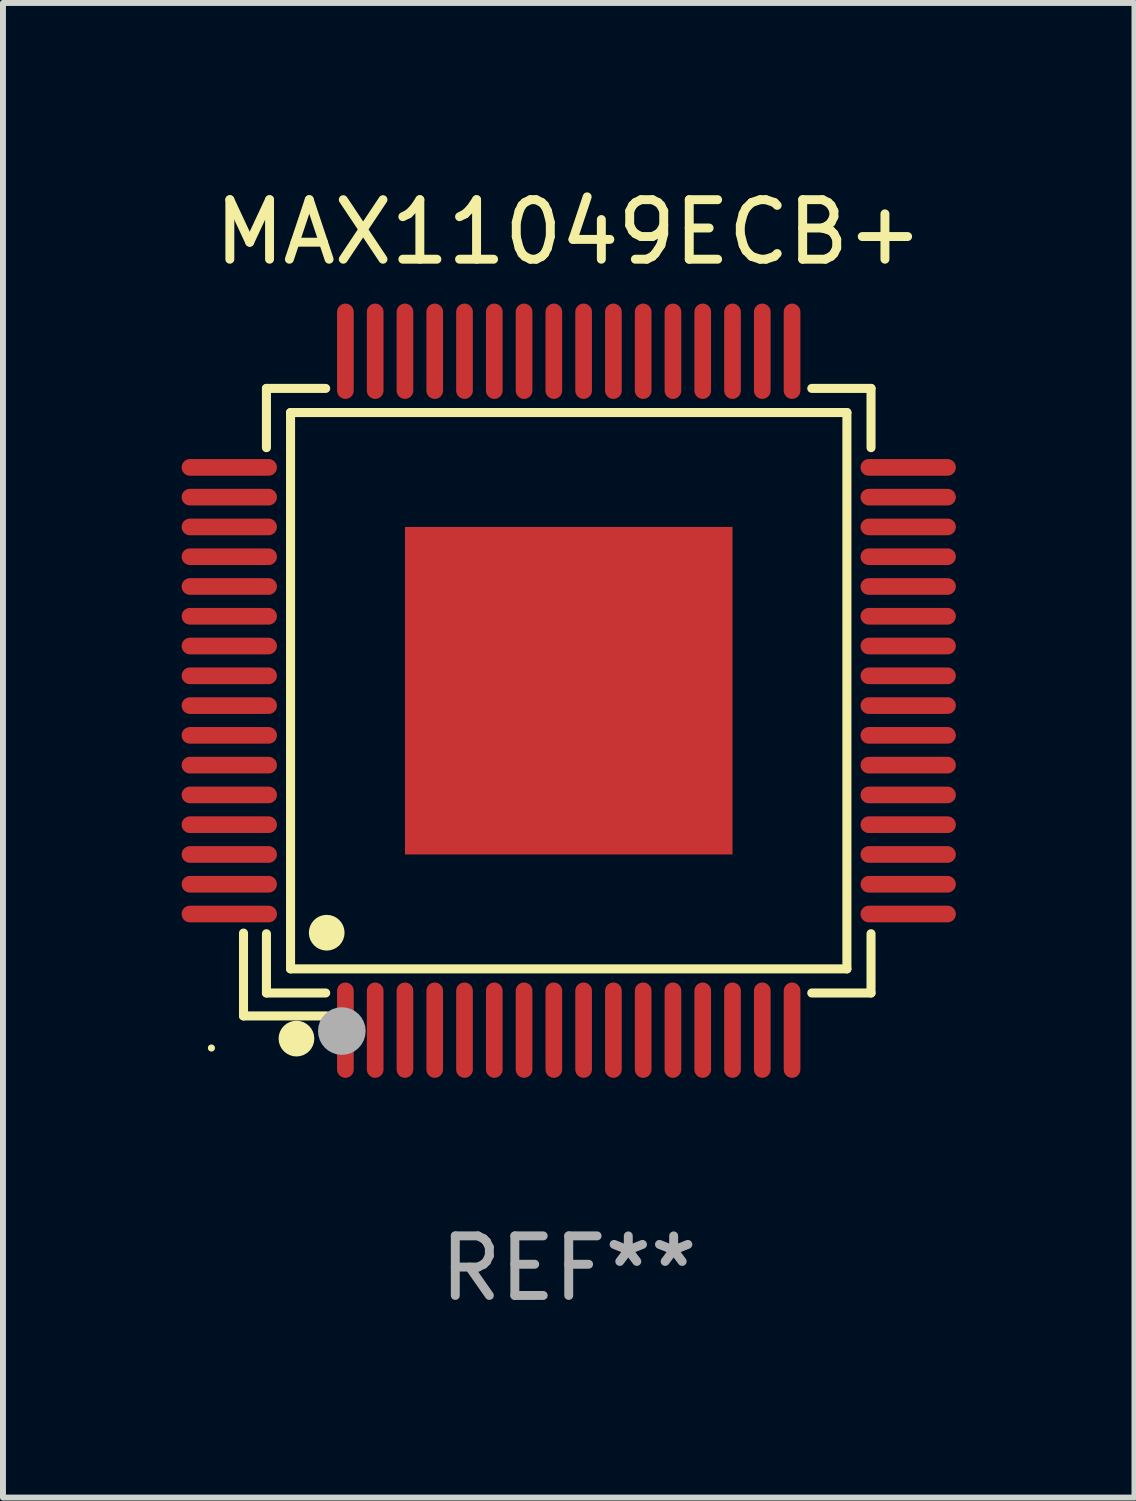
<source format=kicad_pcb>
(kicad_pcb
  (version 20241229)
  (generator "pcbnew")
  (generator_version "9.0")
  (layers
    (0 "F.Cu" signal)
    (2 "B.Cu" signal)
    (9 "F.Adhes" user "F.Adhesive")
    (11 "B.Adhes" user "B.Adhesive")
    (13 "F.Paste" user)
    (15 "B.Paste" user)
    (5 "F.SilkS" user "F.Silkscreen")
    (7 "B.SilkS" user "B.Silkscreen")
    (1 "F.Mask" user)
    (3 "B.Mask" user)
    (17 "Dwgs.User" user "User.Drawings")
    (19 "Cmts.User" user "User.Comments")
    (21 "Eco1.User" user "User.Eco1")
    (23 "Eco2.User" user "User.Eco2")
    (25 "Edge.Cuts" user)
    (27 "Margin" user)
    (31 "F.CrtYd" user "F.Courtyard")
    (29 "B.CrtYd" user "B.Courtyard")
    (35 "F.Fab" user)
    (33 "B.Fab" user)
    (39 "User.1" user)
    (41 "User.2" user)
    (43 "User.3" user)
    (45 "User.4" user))
  (footprint "MAX11049ECB+"
    (layer "F.Cu")
    (at 6.5 8.548)
    (property "Reference" "MAX11049ECB+" (at 0 -7.7 0) (layer "F.SilkS") (effects (font (size 1 1) (thickness 0.15))))
    (attr through_hole)
    (fp_line (start -5.461 4.07) (end -5.461 5.461) (stroke (width 0.152) (type solid)) (layer "F.SilkS"))
    (fp_line (start -5.461 5.461) (end -4.07 5.461) (stroke (width 0.152) (type solid)) (layer "F.SilkS"))
    (fp_line (start -5.076 -5.076) (end -4.081 -5.076) (stroke (width 0.152) (type solid)) (layer "F.SilkS"))
    (fp_line (start -5.076 -4.081) (end -5.076 -5.076) (stroke (width 0.152) (type solid)) (layer "F.SilkS"))
    (fp_line (start -5.076 4.081) (end -5.076 5.076) (stroke (width 0.152) (type solid)) (layer "F.SilkS"))
    (fp_line (start -5.076 5.076) (end -4.081 5.076) (stroke (width 0.152) (type solid)) (layer "F.SilkS"))
    (fp_line (start -4.671 -4.671) (end 4.671 -4.671) (stroke (width 0.152) (type solid)) (layer "F.SilkS"))
    (fp_line (start -4.671 4.671) (end -4.671 -4.671) (stroke (width 0.152) (type solid)) (layer "F.SilkS"))
    (fp_line (start 4.671 -4.671) (end 4.671 4.671) (stroke (width 0.152) (type solid)) (layer "F.SilkS"))
    (fp_line (start 4.671 4.671) (end -4.671 4.671) (stroke (width 0.152) (type solid)) (layer "F.SilkS"))
    (fp_line (start 5.076 -5.076) (end 4.081 -5.076) (stroke (width 0.152) (type solid)) (layer "F.SilkS"))
    (fp_line (start 5.076 -4.081) (end 5.076 -5.076) (stroke (width 0.152) (type solid)) (layer "F.SilkS"))
    (fp_line (start 5.076 4.081) (end 5.076 5.076) (stroke (width 0.152) (type solid)) (layer "F.SilkS"))
    (fp_line (start 5.076 5.076) (end 4.081 5.076) (stroke (width 0.152) (type solid)) (layer "F.SilkS"))
    (fp_circle (center -6 6) (end -5.97 6) (stroke (width 0.06) (type solid)) (fill no) (layer "F.SilkS"))
    (fp_circle (center -4.572 5.842) (end -4.422 5.842) (stroke (width 0.3) (type solid)) (fill no) (layer "F.SilkS"))
    (fp_circle (center -4.064 4.064) (end -3.914 4.064) (stroke (width 0.3) (type solid)) (fill no) (layer "F.SilkS"))
    (fp_circle (center -3.81 5.715) (end -3.61 5.715) (stroke (width 0.4) (type solid)) (fill no) (layer "F.Fab"))
    (fp_text user "REF**" (at 0 9.7 0) (layer "F.Fab") (effects (font (size 1 1) (thickness 0.15))))
    (pad "1" smd oval (at -3.75 5.7) (size 0.28 1.6) (layers "F.Cu" "F.Mask" "F.Paste"))
    (pad "2" smd oval (at -3.25 5.7) (size 0.28 1.6) (layers "F.Cu" "F.Mask" "F.Paste"))
    (pad "3" smd oval (at -2.75 5.7) (size 0.28 1.6) (layers "F.Cu" "F.Mask" "F.Paste"))
    (pad "4" smd oval (at -2.25 5.7) (size 0.28 1.6) (layers "F.Cu" "F.Mask" "F.Paste"))
    (pad "5" smd oval (at -1.75 5.7) (size 0.28 1.6) (layers "F.Cu" "F.Mask" "F.Paste"))
    (pad "6" smd oval (at -1.25 5.7) (size 0.28 1.6) (layers "F.Cu" "F.Mask" "F.Paste"))
    (pad "7" smd oval (at -0.75 5.7) (size 0.28 1.6) (layers "F.Cu" "F.Mask" "F.Paste"))
    (pad "8" smd oval (at -0.25 5.7) (size 0.28 1.6) (layers "F.Cu" "F.Mask" "F.Paste"))
    (pad "9" smd oval (at 0.25 5.7) (size 0.28 1.6) (layers "F.Cu" "F.Mask" "F.Paste"))
    (pad "10" smd oval (at 0.75 5.7) (size 0.28 1.6) (layers "F.Cu" "F.Mask" "F.Paste"))
    (pad "11" smd oval (at 1.25 5.7) (size 0.28 1.6) (layers "F.Cu" "F.Mask" "F.Paste"))
    (pad "12" smd oval (at 1.75 5.7) (size 0.28 1.6) (layers "F.Cu" "F.Mask" "F.Paste"))
    (pad "13" smd oval (at 2.25 5.7) (size 0.28 1.6) (layers "F.Cu" "F.Mask" "F.Paste"))
    (pad "14" smd oval (at 2.75 5.7) (size 0.28 1.6) (layers "F.Cu" "F.Mask" "F.Paste"))
    (pad "15" smd oval (at 3.25 5.7) (size 0.28 1.6) (layers "F.Cu" "F.Mask" "F.Paste"))
    (pad "16" smd oval (at 3.75 5.7) (size 0.28 1.6) (layers "F.Cu" "F.Mask" "F.Paste"))
    (pad "17" smd oval (at 5.7 3.75) (size 1.6 0.28) (layers "F.Cu" "F.Mask" "F.Paste"))
    (pad "18" smd oval (at 5.7 3.25) (size 1.6 0.28) (layers "F.Cu" "F.Mask" "F.Paste"))
    (pad "19" smd oval (at 5.7 2.75) (size 1.6 0.28) (layers "F.Cu" "F.Mask" "F.Paste"))
    (pad "20" smd oval (at 5.7 2.25) (size 1.6 0.28) (layers "F.Cu" "F.Mask" "F.Paste"))
    (pad "21" smd oval (at 5.7 1.75) (size 1.6 0.28) (layers "F.Cu" "F.Mask" "F.Paste"))
    (pad "22" smd oval (at 5.7 1.25) (size 1.6 0.28) (layers "F.Cu" "F.Mask" "F.Paste"))
    (pad "23" smd oval (at 5.7 0.75) (size 1.6 0.28) (layers "F.Cu" "F.Mask" "F.Paste"))
    (pad "24" smd oval (at 5.7 0.25) (size 1.6 0.28) (layers "F.Cu" "F.Mask" "F.Paste"))
    (pad "25" smd oval (at 5.7 -0.25) (size 1.6 0.28) (layers "F.Cu" "F.Mask" "F.Paste"))
    (pad "26" smd oval (at 5.7 -0.75) (size 1.6 0.28) (layers "F.Cu" "F.Mask" "F.Paste"))
    (pad "27" smd oval (at 5.7 -1.25) (size 1.6 0.28) (layers "F.Cu" "F.Mask" "F.Paste"))
    (pad "28" smd oval (at 5.7 -1.75) (size 1.6 0.28) (layers "F.Cu" "F.Mask" "F.Paste"))
    (pad "29" smd oval (at 5.7 -2.25) (size 1.6 0.28) (layers "F.Cu" "F.Mask" "F.Paste"))
    (pad "30" smd oval (at 5.7 -2.75) (size 1.6 0.28) (layers "F.Cu" "F.Mask" "F.Paste"))
    (pad "31" smd oval (at 5.7 -3.25) (size 1.6 0.28) (layers "F.Cu" "F.Mask" "F.Paste"))
    (pad "32" smd oval (at 5.7 -3.75) (size 1.6 0.28) (layers "F.Cu" "F.Mask" "F.Paste"))
    (pad "33" smd oval (at 3.75 -5.7) (size 0.28 1.6) (layers "F.Cu" "F.Mask" "F.Paste"))
    (pad "34" smd oval (at 3.25 -5.7) (size 0.28 1.6) (layers "F.Cu" "F.Mask" "F.Paste"))
    (pad "35" smd oval (at 2.75 -5.7) (size 0.28 1.6) (layers "F.Cu" "F.Mask" "F.Paste"))
    (pad "36" smd oval (at 2.25 -5.7) (size 0.28 1.6) (layers "F.Cu" "F.Mask" "F.Paste"))
    (pad "37" smd oval (at 1.75 -5.7) (size 0.28 1.6) (layers "F.Cu" "F.Mask" "F.Paste"))
    (pad "38" smd oval (at 1.25 -5.7) (size 0.28 1.6) (layers "F.Cu" "F.Mask" "F.Paste"))
    (pad "39" smd oval (at 0.75 -5.7) (size 0.28 1.6) (layers "F.Cu" "F.Mask" "F.Paste"))
    (pad "40" smd oval (at 0.25 -5.7) (size 0.28 1.6) (layers "F.Cu" "F.Mask" "F.Paste"))
    (pad "41" smd oval (at -0.25 -5.7) (size 0.28 1.6) (layers "F.Cu" "F.Mask" "F.Paste"))
    (pad "42" smd oval (at -0.75 -5.7) (size 0.28 1.6) (layers "F.Cu" "F.Mask" "F.Paste"))
    (pad "43" smd oval (at -1.25 -5.7) (size 0.28 1.6) (layers "F.Cu" "F.Mask" "F.Paste"))
    (pad "44" smd oval (at -1.75 -5.7) (size 0.28 1.6) (layers "F.Cu" "F.Mask" "F.Paste"))
    (pad "45" smd oval (at -2.25 -5.7) (size 0.28 1.6) (layers "F.Cu" "F.Mask" "F.Paste"))
    (pad "46" smd oval (at -2.75 -5.7) (size 0.28 1.6) (layers "F.Cu" "F.Mask" "F.Paste"))
    (pad "47" smd oval (at -3.25 -5.7) (size 0.28 1.6) (layers "F.Cu" "F.Mask" "F.Paste"))
    (pad "48" smd oval (at -3.75 -5.7) (size 0.28 1.6) (layers "F.Cu" "F.Mask" "F.Paste"))
    (pad "49" smd oval (at -5.7 -3.75) (size 1.6 0.28) (layers "F.Cu" "F.Mask" "F.Paste"))
    (pad "50" smd oval (at -5.7 -3.25) (size 1.6 0.28) (layers "F.Cu" "F.Mask" "F.Paste"))
    (pad "51" smd oval (at -5.7 -2.75) (size 1.6 0.28) (layers "F.Cu" "F.Mask" "F.Paste"))
    (pad "52" smd oval (at -5.7 -2.25) (size 1.6 0.28) (layers "F.Cu" "F.Mask" "F.Paste"))
    (pad "53" smd oval (at -5.7 -1.75) (size 1.6 0.28) (layers "F.Cu" "F.Mask" "F.Paste"))
    (pad "54" smd oval (at -5.7 -1.25) (size 1.6 0.28) (layers "F.Cu" "F.Mask" "F.Paste"))
    (pad "55" smd oval (at -5.7 -0.75) (size 1.6 0.28) (layers "F.Cu" "F.Mask" "F.Paste"))
    (pad "56" smd oval (at -5.7 -0.25) (size 1.6 0.28) (layers "F.Cu" "F.Mask" "F.Paste"))
    (pad "57" smd oval (at -5.7 0.25) (size 1.6 0.28) (layers "F.Cu" "F.Mask" "F.Paste"))
    (pad "58" smd oval (at -5.7 0.75) (size 1.6 0.28) (layers "F.Cu" "F.Mask" "F.Paste"))
    (pad "59" smd oval (at -5.7 1.25) (size 1.6 0.28) (layers "F.Cu" "F.Mask" "F.Paste"))
    (pad "60" smd oval (at -5.7 1.75) (size 1.6 0.28) (layers "F.Cu" "F.Mask" "F.Paste"))
    (pad "61" smd oval (at -5.7 2.25) (size 1.6 0.28) (layers "F.Cu" "F.Mask" "F.Paste"))
    (pad "62" smd oval (at -5.7 2.75) (size 1.6 0.28) (layers "F.Cu" "F.Mask" "F.Paste"))
    (pad "63" smd oval (at -5.7 3.25) (size 1.6 0.28) (layers "F.Cu" "F.Mask" "F.Paste"))
    (pad "64" smd oval (at -5.7 3.75) (size 1.6 0.28) (layers "F.Cu" "F.Mask" "F.Paste"))
    (pad "65" smd rect (at 0 0) (size 5.5 5.5) (layers "F.Cu" "F.Mask" "F.Paste")))
  (gr_rect
    (start -3 -3)
    (end 16 22.097)
    (stroke (width 0.1) (type default))
    (fill no)
    (layer "Edge.Cuts")))
</source>
